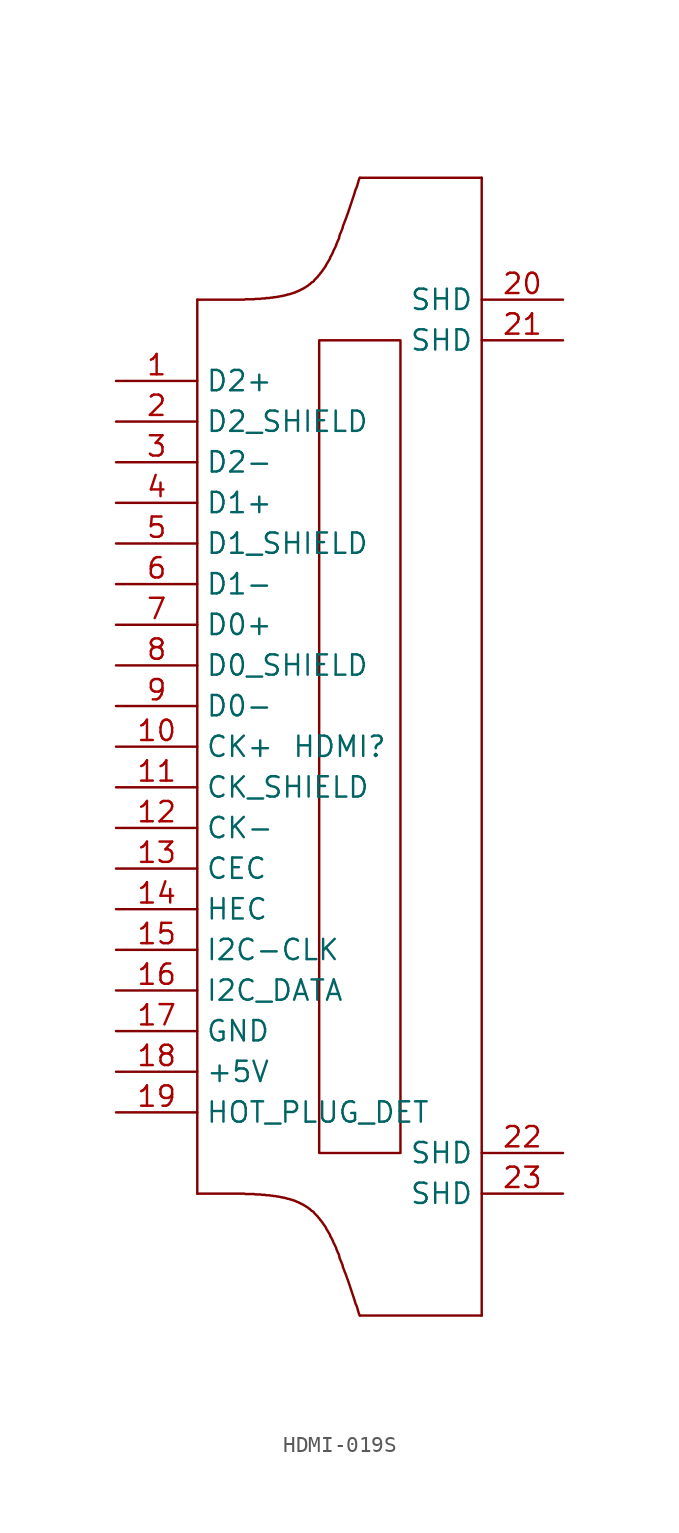
<source format=kicad_sym>
(kicad_symbol_lib
  (version 20231120)
  (generator "kicad_symbol_editor")
  (generator_version "8.0")
  (symbol "HDMI-019S"
    (property "Reference" "HDMI"
      (at 0 0 0)
      (effects (font (size 1.27 1.27))))
    (property "Value" ""
      (at 0 0 0)
      (effects (font (size 1.27 1.27))))
    (symbol "HDMI-019S_1_0"
      (rectangle (start -1.27 -25.4) (end 3.81 25.4) (stroke (width 0) (type default)) (fill (type none)))
      (polyline (pts (xy -8.89 27.94) (xy -8.89 -27.94)) (stroke (width 0) (type default)) (fill (type none)))
      (polyline (pts (xy 8.89 -35.56) (xy 1.27 -35.56)) (stroke (width 0) (type default)) (fill (type none)))
      (polyline (pts (xy 8.89 35.56) (xy 1.27 35.56)) (stroke (width 0) (type default)) (fill (type none)))
      (polyline (pts (xy 8.89 35.56) (xy 8.89 -35.56)) (stroke (width 0) (type default)) (fill (type none)))
      (polyline (pts (xy -8.89 -27.94) (xy -8.788 -27.94) (xy -8.788 -27.94) (xy -8.712 -27.94) (xy -8.712 -27.94) (xy -8.611 -27.94) (xy -8.611 -27.94) (xy -8.534 -27.94) (xy -8.534 -27.94) (xy -8.433 -27.94) (xy -8.433 -27.94) (xy -8.357 -27.94) (xy -8.357 -27.94) (xy -8.28 -27.94) (xy -8.28 -27.94) (xy -8.179 -27.94) (xy -8.179 -27.94) (xy -8.103 -27.94) (xy -8.103 -27.94) (xy -8.026 -27.94) (xy -8.026 -27.94) (xy -7.925 -27.94) (xy -7.925 -27.94) (xy -7.849 -27.94) (xy -7.849 -27.94) (xy -7.772 -27.94) (xy -7.772 -27.94) (xy -7.696 -27.94) (xy -7.696 -27.94) (xy -7.62 -27.94) (xy -7.62 -27.94) (xy -7.544 -27.94) (xy -7.544 -27.94) (xy -7.468 -27.94) (xy -7.468 -27.94) (xy -7.391 -27.94) (xy -7.391 -27.94) (xy -7.29 -27.94) (xy -7.29 -27.94) (xy -7.214 -27.94) (xy -7.214 -27.94) (xy -7.163 -27.94) (xy -7.163 -27.94) (xy -7.087 -27.94) (xy -7.087 -27.94) (xy -7.01 -27.94) (xy -7.01 -27.94) (xy -6.934 -27.94) (xy -6.934 -27.94) (xy -6.858 -27.94) (xy -6.858 -27.94) (xy -6.782 -27.94) (xy -6.782 -27.94) (xy -6.706 -27.94) (xy -6.706 -27.94) (xy -6.629 -27.94) (xy -6.629 -27.94) (xy -6.579 -27.94) (xy -6.579 -27.94) (xy -6.502 -27.94) (xy -6.502 -27.94) (xy -6.426 -27.94) (xy -6.426 -27.94) (xy -6.35 -27.94) (xy -6.35 -27.94) (xy -6.299 -27.94) (xy -6.299 -27.94) (xy -6.223 -27.94) (xy -6.223 -27.94) (xy -6.147 -27.94) (xy -6.147 -27.94) (xy -6.096 -27.94) (xy -6.096 -27.94) (xy -6.02 -27.94) (xy -6.02 -27.94) (xy -5.944 -27.94) (xy -5.944 -27.94) (xy -5.893 -27.965) (xy -5.893 -27.965) (xy -5.817 -27.965) (xy -5.817 -27.965) (xy -5.766 -27.965) (xy -5.766 -27.965) (xy -5.69 -27.965) (xy -5.69 -27.965) (xy -5.639 -27.965) (xy -5.639 -27.965) (xy -5.563 -27.965) (xy -5.563 -27.965) (xy -5.512 -27.965) (xy -5.512 -27.965) (xy -5.461 -27.965) (xy -5.461 -27.965) (xy -5.385 -27.965) (xy -5.385 -27.965) (xy -5.334 -27.965) (xy -5.334 -27.965) (xy -5.258 -27.991) (xy -5.258 -27.991) (xy -5.207 -27.991) (xy -5.207 -27.991) (xy -5.156 -27.991) (xy -5.156 -27.991) (xy -5.08 -27.991) (xy -5.08 -27.991) (xy -5.029 -27.991) (xy -5.029 -27.991) (xy -4.978 -27.991) (xy -4.978 -27.991) (xy -4.928 -27.991) (xy -4.928 -27.991) (xy -4.877 -28.016) (xy -4.877 -28.016) (xy -4.801 -28.016) (xy -4.801 -28.016) (xy -4.75 -28.016) (xy -4.75 -28.016) (xy -4.699 -28.016) (xy -4.699 -28.016) (xy -4.648 -28.016) (xy -4.648 -28.016) (xy -4.597 -28.042) (xy -4.597 -28.042) (xy -4.547 -28.042) (xy -4.547 -28.042) (xy -4.496 -28.042) (xy -4.496 -28.042) (xy -4.445 -28.042) (xy -4.445 -28.042) (xy -4.369 -28.042) (xy -4.369 -28.042) (xy -4.318 -28.067) (xy -4.318 -28.067) (xy -4.267 -28.067) (xy -4.267 -28.067) (xy -4.216 -28.067) (xy -4.216 -28.067) (xy -4.166 -28.067) (xy -4.166 -28.067) (xy -4.14 -28.092) (xy -4.14 -28.092) (xy -4.089 -28.092) (xy -4.089 -28.092) (xy -4.039 -28.092) (xy -4.039 -28.092) (xy -3.988 -28.092) (xy -3.988 -28.092) (xy -3.937 -28.118) (xy -3.937 -28.118) (xy -3.886 -28.118) (xy -3.886 -28.118) (xy -3.835 -28.118) (xy -3.835 -28.118) (xy -3.785 -28.143) (xy -3.785 -28.143) (xy -3.759 -28.143) (xy -3.759 -28.143) (xy -3.708 -28.143) (xy -3.708 -28.143) (xy -3.658 -28.169) (xy -3.658 -28.169) (xy -3.607 -28.169) (xy -3.607 -28.169) (xy -3.556 -28.169) (xy -3.556 -28.169) (xy -3.531 -28.194) (xy -3.531 -28.194) (xy -3.48 -28.194) (xy -3.48 -28.194) (xy -3.429 -28.194) (xy -3.429 -28.194) (xy -3.404 -28.219) (xy -3.404 -28.219) (xy -3.353 -28.219) (xy -3.353 -28.219) (xy -3.302 -28.245) (xy -3.302 -28.245) (xy -3.277 -28.245) (xy -3.277 -28.245) (xy -3.226 -28.27) (xy -3.226 -28.27) (xy -3.175 -28.27) (xy -3.175 -28.27) (xy -3.15 -28.27) (xy -3.15 -28.27) (xy -3.099 -28.296) (xy -3.099 -28.296) (xy -3.073 -28.296) (xy -3.073 -28.296) (xy -3.023 -28.321) (xy -3.023 -28.321) (xy -2.972 -28.321) (xy -2.972 -28.321) (xy -2.946 -28.346) (xy -2.946 -28.346) (xy -2.896 -28.346) (xy -2.896 -28.346) (xy -2.87 -28.372) (xy -2.87 -28.372) (xy -2.819 -28.372) (xy -2.819 -28.372) (xy -2.794 -28.397) (xy -2.794 -28.397) (xy -2.743 -28.397) (xy -2.743 -28.397) (xy -2.718 -28.423) (xy -2.718 -28.423) (xy -2.692 -28.448) (xy -2.692 -28.448) (xy -2.642 -28.448) (xy -2.642 -28.448) (xy -2.616 -28.473) (xy -2.616 -28.473) (xy -2.565 -28.473) (xy -2.565 -28.473) (xy -2.54 -28.499) (xy -2.54 -28.499) (xy -2.515 -28.524) (xy -2.515 -28.524) (xy -2.464 -28.524) (xy -2.464 -28.524) (xy -2.438 -28.55) (xy -2.438 -28.55) (xy -2.413 -28.575) (xy -2.413 -28.575) (xy -2.362 -28.575) (xy -2.362 -28.575) (xy -2.337 -28.6) (xy -2.337 -28.6) (xy -2.311 -28.626) (xy -2.311 -28.626) (xy -2.261 -28.626) (xy -2.261 -28.626) (xy -2.235 -28.651) (xy -2.235 -28.651) (xy -2.21 -28.677) (xy -2.21 -28.677) (xy -2.159 -28.702) (xy -2.159 -28.702) (xy -2.134 -28.702) (xy -2.134 -28.702) (xy -2.108 -28.727) (xy -2.108 -28.727) (xy -2.083 -28.753) (xy -2.083 -28.753) (xy -2.032 -28.778) (xy -2.032 -28.778) (xy -2.007 -28.804) (xy -2.007 -28.804) (xy -1.981 -28.804) (xy -1.981 -28.804) (xy -1.956 -28.829) (xy -1.956 -28.829) (xy -1.93 -28.854) (xy -1.93 -28.854) (xy -1.905 -28.88) (xy -1.905 -28.88) (xy -1.854 -28.905) (xy -1.854 -28.905) (xy -1.829 -28.931) (xy -1.829 -28.931) (xy -1.803 -28.956) (xy -1.803 -28.956) (xy -1.778 -28.981) (xy -1.778 -28.981) (xy -1.753 -29.007) (xy -1.753 -29.007) (xy -1.727 -29.032) (xy -1.727 -29.032) (xy -1.702 -29.032) (xy -1.702 -29.032) (xy -1.651 -29.058) (xy -1.651 -29.058) (xy -1.626 -29.083) (xy -1.626 -29.083) (xy -1.6 -29.108) (xy -1.6 -29.108) (xy -1.575 -29.159) (xy -1.575 -29.159) (xy -1.549 -29.185) (xy -1.549 -29.185) (xy -1.524 -29.21) (xy -1.524 -29.21) (xy -1.499 -29.235) (xy -1.499 -29.235) (xy -1.473 -29.261) (xy -1.473 -29.261) (xy -1.448 -29.286) (xy -1.448 -29.286) (xy -1.422 -29.312) (xy -1.422 -29.312) (xy -1.397 -29.337) (xy -1.397 -29.337) (xy -1.372 -29.362) (xy -1.372 -29.362) (xy -1.346 -29.388) (xy -1.346 -29.388) (xy -1.321 -29.439) (xy -1.321 -29.439) (xy -1.295 -29.464) (xy -1.295 -29.464) (xy -1.27 -29.489) (xy -1.27 -29.489) (xy -1.245 -29.515) (xy -1.245 -29.515) (xy -1.219 -29.566) (xy -1.219 -29.566) (xy -1.194 -29.591) (xy -1.194 -29.591) (xy -1.168 -29.616) (xy -1.168 -29.616) (xy -1.143 -29.642) (xy -1.143 -29.642) (xy -1.118 -29.693) (xy -1.118 -29.693) (xy -1.092 -29.718) (xy -1.092 -29.718) (xy -1.067 -29.743) (xy -1.067 -29.743) (xy -1.041 -29.794) (xy -1.041 -29.794) (xy -1.016 -29.82) (xy -1.016 -29.82) (xy -0.991 -29.87) (xy -0.991 -29.87) (xy -0.965 -29.896) (xy -0.965 -29.896) (xy -0.94 -29.921) (xy -0.94 -29.921) (xy -0.914 -29.972) (xy -0.914 -29.972) (xy -0.889 -29.997) (xy -0.889 -29.997) (xy -0.864 -30.048) (xy -0.864 -30.048) (xy -0.838 -30.074) (xy -0.838 -30.074) (xy -0.838 -30.124) (xy -0.838 -30.124) (xy -0.813 -30.15) (xy -0.813 -30.15) (xy -0.787 -30.201) (xy -0.787 -30.201) (xy -0.762 -30.226) (xy -0.762 -30.226) (xy -0.737 -30.277) (xy -0.737 -30.277) (xy -0.711 -30.328) (xy -0.711 -30.328) (xy -0.686 -30.353) (xy -0.686 -30.353) (xy -0.66 -30.404) (xy -0.66 -30.404) (xy -0.635 -30.455) (xy -0.635 -30.455) (xy -0.61 -30.48) (xy -0.61 -30.48) (xy -0.584 -30.531) (xy -0.584 -30.531) (xy -0.584 -30.582) (xy -0.584 -30.582) (xy -0.559 -30.632) (xy -0.559 -30.632) (xy -0.533 -30.658) (xy -0.533 -30.658) (xy -0.508 -30.709) (xy -0.508 -30.709) (xy -0.483 -30.759) (xy -0.483 -30.759) (xy -0.457 -30.81) (xy -0.457 -30.81) (xy -0.432 -30.861) (xy -0.432 -30.861) (xy -0.406 -30.886) (xy -0.406 -30.886) (xy -0.406 -30.937) (xy -0.406 -30.937) (xy -0.381 -30.988) (xy -0.381 -30.988) (xy -0.356 -31.039) (xy -0.356 -31.039) (xy -0.33 -31.09) (xy -0.33 -31.09) (xy -0.305 -31.14) (xy -0.305 -31.14) (xy -0.279 -31.191) (xy -0.279 -31.191) (xy -0.254 -31.242) (xy -0.254 -31.242) (xy -0.229 -31.293) (xy -0.229 -31.293) (xy -0.203 -31.344) (xy -0.203 -31.344) (xy -0.203 -31.394) (xy -0.203 -31.394) (xy -0.178 -31.445) (xy -0.178 -31.445) (xy -0.152 -31.496) (xy -0.152 -31.496) (xy -0.127 -31.572) (xy -0.127 -31.572) (xy -0.102 -31.623) (xy -0.102 -31.623) (xy -0.076 -31.674) (xy -0.076 -31.674) (xy -0.051 -31.725) (xy -0.051 -31.725) (xy -0.025 -31.775) (xy -0.025 -31.775) (xy -0.025 -31.852) (xy -0.025 -31.852) (xy 0 -31.902) (xy 0 -31.902) (xy 0 -31.953) (xy 0 -31.953) (xy 0.025 -32.004) (xy 0.025 -32.004) (xy 0.051 -32.08) (xy 0.051 -32.08) (xy 0.076 -32.131) (xy 0.076 -32.131) (xy 0.102 -32.182) (xy 0.102 -32.182) (xy 0.127 -32.258) (xy 0.127 -32.258) (xy 0.152 -32.309) (xy 0.152 -32.309) (xy 0.178 -32.385) (xy 0.178 -32.385) (xy 0.203 -32.436) (xy 0.203 -32.436) (xy 0.203 -32.512) (xy 0.203 -32.512) (xy 0.229 -32.563) (xy 0.229 -32.563) (xy 0.254 -32.639) (xy 0.254 -32.639) (xy 0.279 -32.69) (xy 0.279 -32.69) (xy 0.305 -32.766) (xy 0.305 -32.766) (xy 0.33 -32.842) (xy 0.33 -32.842) (xy 0.356 -32.893) (xy 0.356 -32.893) (xy 0.381 -32.969) (xy 0.381 -32.969) (xy 0.406 -33.02) (xy 0.406 -33.02) (xy 0.432 -33.096) (xy 0.432 -33.096) (xy 0.457 -33.172) (xy 0.457 -33.172) (xy 0.483 -33.249) (xy 0.483 -33.249) (xy 0.508 -33.299) (xy 0.508 -33.299) (xy 0.533 -33.376) (xy 0.533 -33.376) (xy 0.559 -33.452) (xy 0.559 -33.452) (xy 0.584 -33.528) (xy 0.584 -33.528) (xy 0.61 -33.604) (xy 0.61 -33.604) (xy 0.635 -33.68) (xy 0.635 -33.68) (xy 0.66 -33.757) (xy 0.66 -33.757) (xy 0.686 -33.833) (xy 0.686 -33.833) (xy 0.711 -33.909) (xy 0.711 -33.909) (xy 0.737 -33.985) (xy 0.737 -33.985) (xy 0.762 -34.061) (xy 0.762 -34.061) (xy 0.787 -34.138) (xy 0.787 -34.138) (xy 0.813 -34.214) (xy 0.813 -34.214) (xy 0.838 -34.29) (xy 0.838 -34.29) (xy 0.864 -34.366) (xy 0.864 -34.366) (xy 0.889 -34.442) (xy 0.889 -34.442) (xy 0.914 -34.519) (xy 0.914 -34.519) (xy 0.94 -34.595) (xy 0.94 -34.595) (xy 0.965 -34.696) (xy 0.965 -34.696) (xy 0.991 -34.773) (xy 0.991 -34.773) (xy 1.016 -34.849) (xy 1.016 -34.849) (xy 1.067 -34.95) (xy 1.067 -34.95) (xy 1.092 -35.027) (xy 1.092 -35.027) (xy 1.118 -35.103) (xy 1.118 -35.103) (xy 1.143 -35.204) (xy 1.143 -35.204) (xy 1.168 -35.281) (xy 1.168 -35.281) (xy 1.194 -35.382) (xy 1.194 -35.382) (xy 1.219 -35.458) (xy 1.219 -35.458) (xy 1.27 -35.56)) (stroke (width 0) (type default)) (fill (type none)))
      (polyline (pts (xy -8.89 27.94) (xy -8.788 27.94) (xy -8.788 27.94) (xy -8.712 27.94) (xy -8.712 27.94) (xy -8.611 27.94) (xy -8.611 27.94) (xy -8.534 27.94) (xy -8.534 27.94) (xy -8.433 27.94) (xy -8.433 27.94) (xy -8.357 27.94) (xy -8.357 27.94) (xy -8.28 27.94) (xy -8.28 27.94) (xy -8.179 27.94) (xy -8.179 27.94) (xy -8.103 27.94) (xy -8.103 27.94) (xy -8.026 27.94) (xy -8.026 27.94) (xy -7.925 27.94) (xy -7.925 27.94) (xy -7.849 27.94) (xy -7.849 27.94) (xy -7.772 27.94) (xy -7.772 27.94) (xy -7.696 27.94) (xy -7.696 27.94) (xy -7.62 27.94) (xy -7.62 27.94) (xy -7.544 27.94) (xy -7.544 27.94) (xy -7.468 27.94) (xy -7.468 27.94) (xy -7.391 27.94) (xy -7.391 27.94) (xy -7.29 27.94) (xy -7.29 27.94) (xy -7.214 27.94) (xy -7.214 27.94) (xy -7.163 27.94) (xy -7.163 27.94) (xy -7.087 27.94) (xy -7.087 27.94) (xy -7.01 27.94) (xy -7.01 27.94) (xy -6.934 27.94) (xy -6.934 27.94) (xy -6.858 27.94) (xy -6.858 27.94) (xy -6.782 27.94) (xy -6.782 27.94) (xy -6.706 27.94) (xy -6.706 27.94) (xy -6.629 27.94) (xy -6.629 27.94) (xy -6.579 27.94) (xy -6.579 27.94) (xy -6.502 27.94) (xy -6.502 27.94) (xy -6.426 27.94) (xy -6.426 27.94) (xy -6.35 27.94) (xy -6.35 27.94) (xy -6.299 27.94) (xy -6.299 27.94) (xy -6.223 27.94) (xy -6.223 27.94) (xy -6.147 27.94) (xy -6.147 27.94) (xy -6.096 27.94) (xy -6.096 27.94) (xy -6.02 27.94) (xy -6.02 27.94) (xy -5.944 27.94) (xy -5.944 27.94) (xy -5.893 27.965) (xy -5.893 27.965) (xy -5.817 27.965) (xy -5.817 27.965) (xy -5.766 27.965) (xy -5.766 27.965) (xy -5.69 27.965) (xy -5.69 27.965) (xy -5.639 27.965) (xy -5.639 27.965) (xy -5.563 27.965) (xy -5.563 27.965) (xy -5.512 27.965) (xy -5.512 27.965) (xy -5.461 27.965) (xy -5.461 27.965) (xy -5.385 27.965) (xy -5.385 27.965) (xy -5.334 27.965) (xy -5.334 27.965) (xy -5.258 27.991) (xy -5.258 27.991) (xy -5.207 27.991) (xy -5.207 27.991) (xy -5.156 27.991) (xy -5.156 27.991) (xy -5.08 27.991) (xy -5.08 27.991) (xy -5.029 27.991) (xy -5.029 27.991) (xy -4.978 27.991) (xy -4.978 27.991) (xy -4.928 27.991) (xy -4.928 27.991) (xy -4.877 28.016) (xy -4.877 28.016) (xy -4.801 28.016) (xy -4.801 28.016) (xy -4.75 28.016) (xy -4.75 28.016) (xy -4.699 28.016) (xy -4.699 28.016) (xy -4.648 28.016) (xy -4.648 28.016) (xy -4.597 28.042) (xy -4.597 28.042) (xy -4.547 28.042) (xy -4.547 28.042) (xy -4.496 28.042) (xy -4.496 28.042) (xy -4.445 28.042) (xy -4.445 28.042) (xy -4.369 28.042) (xy -4.369 28.042) (xy -4.318 28.067) (xy -4.318 28.067) (xy -4.267 28.067) (xy -4.267 28.067) (xy -4.216 28.067) (xy -4.216 28.067) (xy -4.166 28.067) (xy -4.166 28.067) (xy -4.14 28.092) (xy -4.14 28.092) (xy -4.089 28.092) (xy -4.089 28.092) (xy -4.039 28.092) (xy -4.039 28.092) (xy -3.988 28.092) (xy -3.988 28.092) (xy -3.937 28.118) (xy -3.937 28.118) (xy -3.886 28.118) (xy -3.886 28.118) (xy -3.835 28.118) (xy -3.835 28.118) (xy -3.785 28.143) (xy -3.785 28.143) (xy -3.759 28.143) (xy -3.759 28.143) (xy -3.708 28.143) (xy -3.708 28.143) (xy -3.658 28.169) (xy -3.658 28.169) (xy -3.607 28.169) (xy -3.607 28.169) (xy -3.556 28.169) (xy -3.556 28.169) (xy -3.531 28.194) (xy -3.531 28.194) (xy -3.48 28.194) (xy -3.48 28.194) (xy -3.429 28.194) (xy -3.429 28.194) (xy -3.404 28.219) (xy -3.404 28.219) (xy -3.353 28.219) (xy -3.353 28.219) (xy -3.302 28.245) (xy -3.302 28.245) (xy -3.277 28.245) (xy -3.277 28.245) (xy -3.226 28.27) (xy -3.226 28.27) (xy -3.175 28.27) (xy -3.175 28.27) (xy -3.15 28.27) (xy -3.15 28.27) (xy -3.099 28.296) (xy -3.099 28.296) (xy -3.073 28.296) (xy -3.073 28.296) (xy -3.023 28.321) (xy -3.023 28.321) (xy -2.972 28.321) (xy -2.972 28.321) (xy -2.946 28.346) (xy -2.946 28.346) (xy -2.896 28.346) (xy -2.896 28.346) (xy -2.87 28.372) (xy -2.87 28.372) (xy -2.819 28.372) (xy -2.819 28.372) (xy -2.794 28.397) (xy -2.794 28.397) (xy -2.743 28.397) (xy -2.743 28.397) (xy -2.718 28.423) (xy -2.718 28.423) (xy -2.692 28.448) (xy -2.692 28.448) (xy -2.642 28.448) (xy -2.642 28.448) (xy -2.616 28.473) (xy -2.616 28.473) (xy -2.565 28.473) (xy -2.565 28.473) (xy -2.54 28.499) (xy -2.54 28.499) (xy -2.515 28.524) (xy -2.515 28.524) (xy -2.464 28.524) (xy -2.464 28.524) (xy -2.438 28.55) (xy -2.438 28.55) (xy -2.413 28.575) (xy -2.413 28.575) (xy -2.362 28.575) (xy -2.362 28.575) (xy -2.337 28.6) (xy -2.337 28.6) (xy -2.311 28.626) (xy -2.311 28.626) (xy -2.261 28.626) (xy -2.261 28.626) (xy -2.235 28.651) (xy -2.235 28.651) (xy -2.21 28.677) (xy -2.21 28.677) (xy -2.159 28.702) (xy -2.159 28.702) (xy -2.134 28.702) (xy -2.134 28.702) (xy -2.108 28.727) (xy -2.108 28.727) (xy -2.083 28.753) (xy -2.083 28.753) (xy -2.032 28.778) (xy -2.032 28.778) (xy -2.007 28.804) (xy -2.007 28.804) (xy -1.981 28.804) (xy -1.981 28.804) (xy -1.956 28.829) (xy -1.956 28.829) (xy -1.93 28.854) (xy -1.93 28.854) (xy -1.905 28.88) (xy -1.905 28.88) (xy -1.854 28.905) (xy -1.854 28.905) (xy -1.829 28.931) (xy -1.829 28.931) (xy -1.803 28.956) (xy -1.803 28.956) (xy -1.778 28.981) (xy -1.778 28.981) (xy -1.753 29.007) (xy -1.753 29.007) (xy -1.727 29.032) (xy -1.727 29.032) (xy -1.702 29.032) (xy -1.702 29.032) (xy -1.651 29.058) (xy -1.651 29.058) (xy -1.626 29.083) (xy -1.626 29.083) (xy -1.6 29.108) (xy -1.6 29.108) (xy -1.575 29.159) (xy -1.575 29.159) (xy -1.549 29.185) (xy -1.549 29.185) (xy -1.524 29.21) (xy -1.524 29.21) (xy -1.499 29.235) (xy -1.499 29.235) (xy -1.473 29.261) (xy -1.473 29.261) (xy -1.448 29.286) (xy -1.448 29.286) (xy -1.422 29.312) (xy -1.422 29.312) (xy -1.397 29.337) (xy -1.397 29.337) (xy -1.372 29.362) (xy -1.372 29.362) (xy -1.346 29.388) (xy -1.346 29.388) (xy -1.321 29.439) (xy -1.321 29.439) (xy -1.295 29.464) (xy -1.295 29.464) (xy -1.27 29.489) (xy -1.27 29.489) (xy -1.245 29.515) (xy -1.245 29.515) (xy -1.219 29.566) (xy -1.219 29.566) (xy -1.194 29.591) (xy -1.194 29.591) (xy -1.168 29.616) (xy -1.168 29.616) (xy -1.143 29.642) (xy -1.143 29.642) (xy -1.118 29.693) (xy -1.118 29.693) (xy -1.092 29.718) (xy -1.092 29.718) (xy -1.067 29.743) (xy -1.067 29.743) (xy -1.041 29.794) (xy -1.041 29.794) (xy -1.016 29.82) (xy -1.016 29.82) (xy -0.991 29.87) (xy -0.991 29.87) (xy -0.965 29.896) (xy -0.965 29.896) (xy -0.94 29.921) (xy -0.94 29.921) (xy -0.914 29.972) (xy -0.914 29.972) (xy -0.889 29.997) (xy -0.889 29.997) (xy -0.864 30.048) (xy -0.864 30.048) (xy -0.838 30.074) (xy -0.838 30.074) (xy -0.838 30.124) (xy -0.838 30.124) (xy -0.813 30.15) (xy -0.813 30.15) (xy -0.787 30.201) (xy -0.787 30.201) (xy -0.762 30.226) (xy -0.762 30.226) (xy -0.737 30.277) (xy -0.737 30.277) (xy -0.711 30.328) (xy -0.711 30.328) (xy -0.686 30.353) (xy -0.686 30.353) (xy -0.66 30.404) (xy -0.66 30.404) (xy -0.635 30.455) (xy -0.635 30.455) (xy -0.61 30.48) (xy -0.61 30.48) (xy -0.584 30.531) (xy -0.584 30.531) (xy -0.584 30.582) (xy -0.584 30.582) (xy -0.559 30.632) (xy -0.559 30.632) (xy -0.533 30.658) (xy -0.533 30.658) (xy -0.508 30.709) (xy -0.508 30.709) (xy -0.483 30.759) (xy -0.483 30.759) (xy -0.457 30.81) (xy -0.457 30.81) (xy -0.432 30.861) (xy -0.432 30.861) (xy -0.406 30.886) (xy -0.406 30.886) (xy -0.406 30.937) (xy -0.406 30.937) (xy -0.381 30.988) (xy -0.381 30.988) (xy -0.356 31.039) (xy -0.356 31.039) (xy -0.33 31.09) (xy -0.33 31.09) (xy -0.305 31.14) (xy -0.305 31.14) (xy -0.279 31.191) (xy -0.279 31.191) (xy -0.254 31.242) (xy -0.254 31.242) (xy -0.229 31.293) (xy -0.229 31.293) (xy -0.203 31.344) (xy -0.203 31.344) (xy -0.203 31.394) (xy -0.203 31.394) (xy -0.178 31.445) (xy -0.178 31.445) (xy -0.152 31.496) (xy -0.152 31.496) (xy -0.127 31.572) (xy -0.127 31.572) (xy -0.102 31.623) (xy -0.102 31.623) (xy -0.076 31.674) (xy -0.076 31.674) (xy -0.051 31.725) (xy -0.051 31.725) (xy -0.025 31.775) (xy -0.025 31.775) (xy -0.025 31.852) (xy -0.025 31.852) (xy 0 31.902) (xy 0 31.902) (xy 0 31.953) (xy 0 31.953) (xy 0.025 32.004) (xy 0.025 32.004) (xy 0.051 32.08) (xy 0.051 32.08) (xy 0.076 32.131) (xy 0.076 32.131) (xy 0.102 32.182) (xy 0.102 32.182) (xy 0.127 32.258) (xy 0.127 32.258) (xy 0.152 32.309) (xy 0.152 32.309) (xy 0.178 32.385) (xy 0.178 32.385) (xy 0.203 32.436) (xy 0.203 32.436) (xy 0.203 32.512) (xy 0.203 32.512) (xy 0.229 32.563) (xy 0.229 32.563) (xy 0.254 32.639) (xy 0.254 32.639) (xy 0.279 32.69) (xy 0.279 32.69) (xy 0.305 32.766) (xy 0.305 32.766) (xy 0.33 32.842) (xy 0.33 32.842) (xy 0.356 32.893) (xy 0.356 32.893) (xy 0.381 32.969) (xy 0.381 32.969) (xy 0.406 33.02) (xy 0.406 33.02) (xy 0.432 33.096) (xy 0.432 33.096) (xy 0.457 33.172) (xy 0.457 33.172) (xy 0.483 33.249) (xy 0.483 33.249) (xy 0.508 33.299) (xy 0.508 33.299) (xy 0.533 33.376) (xy 0.533 33.376) (xy 0.559 33.452) (xy 0.559 33.452) (xy 0.584 33.528) (xy 0.584 33.528) (xy 0.61 33.604) (xy 0.61 33.604) (xy 0.635 33.68) (xy 0.635 33.68) (xy 0.66 33.757) (xy 0.66 33.757) (xy 0.686 33.833) (xy 0.686 33.833) (xy 0.711 33.909) (xy 0.711 33.909) (xy 0.737 33.985) (xy 0.737 33.985) (xy 0.762 34.061) (xy 0.762 34.061) (xy 0.787 34.138) (xy 0.787 34.138) (xy 0.813 34.214) (xy 0.813 34.214) (xy 0.838 34.29) (xy 0.838 34.29) (xy 0.864 34.366) (xy 0.864 34.366) (xy 0.889 34.442) (xy 0.889 34.442) (xy 0.914 34.519) (xy 0.914 34.519) (xy 0.94 34.595) (xy 0.94 34.595) (xy 0.965 34.696) (xy 0.965 34.696) (xy 0.991 34.773) (xy 0.991 34.773) (xy 1.016 34.849) (xy 1.016 34.849) (xy 1.067 34.95) (xy 1.067 34.95) (xy 1.092 35.027) (xy 1.092 35.027) (xy 1.118 35.103) (xy 1.118 35.103) (xy 1.143 35.204) (xy 1.143 35.204) (xy 1.168 35.281) (xy 1.168 35.281) (xy 1.194 35.382) (xy 1.194 35.382) (xy 1.219 35.458) (xy 1.219 35.458) (xy 1.27 35.56)) (stroke (width 0) (type default)) (fill (type none)))
      (pin unspecified line (at -13.97 22.86 0) (length 5.08) (name "D2+" (effects (font (size 1.27 1.27)))) (number "1" (effects (font (size 1.27 1.27)))))
      (pin unspecified line (at -13.97 0 0) (length 5.08) (name "CK+" (effects (font (size 1.27 1.27)))) (number "10" (effects (font (size 1.27 1.27)))))
      (pin unspecified line (at -13.97 -2.54 0) (length 5.08) (name "CK_SHIELD" (effects (font (size 1.27 1.27)))) (number "11" (effects (font (size 1.27 1.27)))))
      (pin unspecified line (at -13.97 -5.08 0) (length 5.08) (name "CK-" (effects (font (size 1.27 1.27)))) (number "12" (effects (font (size 1.27 1.27)))))
      (pin unspecified line (at -13.97 -7.62 0) (length 5.08) (name "CEC" (effects (font (size 1.27 1.27)))) (number "13" (effects (font (size 1.27 1.27)))))
      (pin unspecified line (at -13.97 -10.16 0) (length 5.08) (name "HEC" (effects (font (size 1.27 1.27)))) (number "14" (effects (font (size 1.27 1.27)))))
      (pin unspecified line (at -13.97 -12.7 0) (length 5.08) (name "I2C-CLK" (effects (font (size 1.27 1.27)))) (number "15" (effects (font (size 1.27 1.27)))))
      (pin unspecified line (at -13.97 -15.24 0) (length 5.08) (name "I2C_DATA" (effects (font (size 1.27 1.27)))) (number "16" (effects (font (size 1.27 1.27)))))
      (pin unspecified line (at -13.97 -17.78 0) (length 5.08) (name "GND" (effects (font (size 1.27 1.27)))) (number "17" (effects (font (size 1.27 1.27)))))
      (pin unspecified line (at -13.97 -20.32 0) (length 5.08) (name "+5V" (effects (font (size 1.27 1.27)))) (number "18" (effects (font (size 1.27 1.27)))))
      (pin unspecified line (at -13.97 -22.86 0) (length 5.08) (name "HOT_PLUG_DET" (effects (font (size 1.27 1.27)))) (number "19" (effects (font (size 1.27 1.27)))))
      (pin unspecified line (at -13.97 20.32 0) (length 5.08) (name "D2_SHIELD" (effects (font (size 1.27 1.27)))) (number "2" (effects (font (size 1.27 1.27)))))
      (pin unspecified line (at 13.97 27.94 180) (length 5.08) (name "SHD" (effects (font (size 1.27 1.27)))) (number "20" (effects (font (size 1.27 1.27)))))
      (pin unspecified line (at 13.97 25.4 180) (length 5.08) (name "SHD" (effects (font (size 1.27 1.27)))) (number "21" (effects (font (size 1.27 1.27)))))
      (pin unspecified line (at 13.97 -25.4 180) (length 5.08) (name "SHD" (effects (font (size 1.27 1.27)))) (number "22" (effects (font (size 1.27 1.27)))))
      (pin unspecified line (at 13.97 -27.94 180) (length 5.08) (name "SHD" (effects (font (size 1.27 1.27)))) (number "23" (effects (font (size 1.27 1.27)))))
      (pin unspecified line (at -13.97 17.78 0) (length 5.08) (name "D2-" (effects (font (size 1.27 1.27)))) (number "3" (effects (font (size 1.27 1.27)))))
      (pin unspecified line (at -13.97 15.24 0) (length 5.08) (name "D1+" (effects (font (size 1.27 1.27)))) (number "4" (effects (font (size 1.27 1.27)))))
      (pin unspecified line (at -13.97 12.7 0) (length 5.08) (name "D1_SHIELD" (effects (font (size 1.27 1.27)))) (number "5" (effects (font (size 1.27 1.27)))))
      (pin unspecified line (at -13.97 10.16 0) (length 5.08) (name "D1-" (effects (font (size 1.27 1.27)))) (number "6" (effects (font (size 1.27 1.27)))))
      (pin unspecified line (at -13.97 7.62 0) (length 5.08) (name "D0+" (effects (font (size 1.27 1.27)))) (number "7" (effects (font (size 1.27 1.27)))))
      (pin unspecified line (at -13.97 5.08 0) (length 5.08) (name "D0_SHIELD" (effects (font (size 1.27 1.27)))) (number "8" (effects (font (size 1.27 1.27)))))
      (pin unspecified line (at -13.97 2.54 0) (length 5.08) (name "D0-" (effects (font (size 1.27 1.27)))) (number "9" (effects (font (size 1.27 1.27))))))))
</source>
